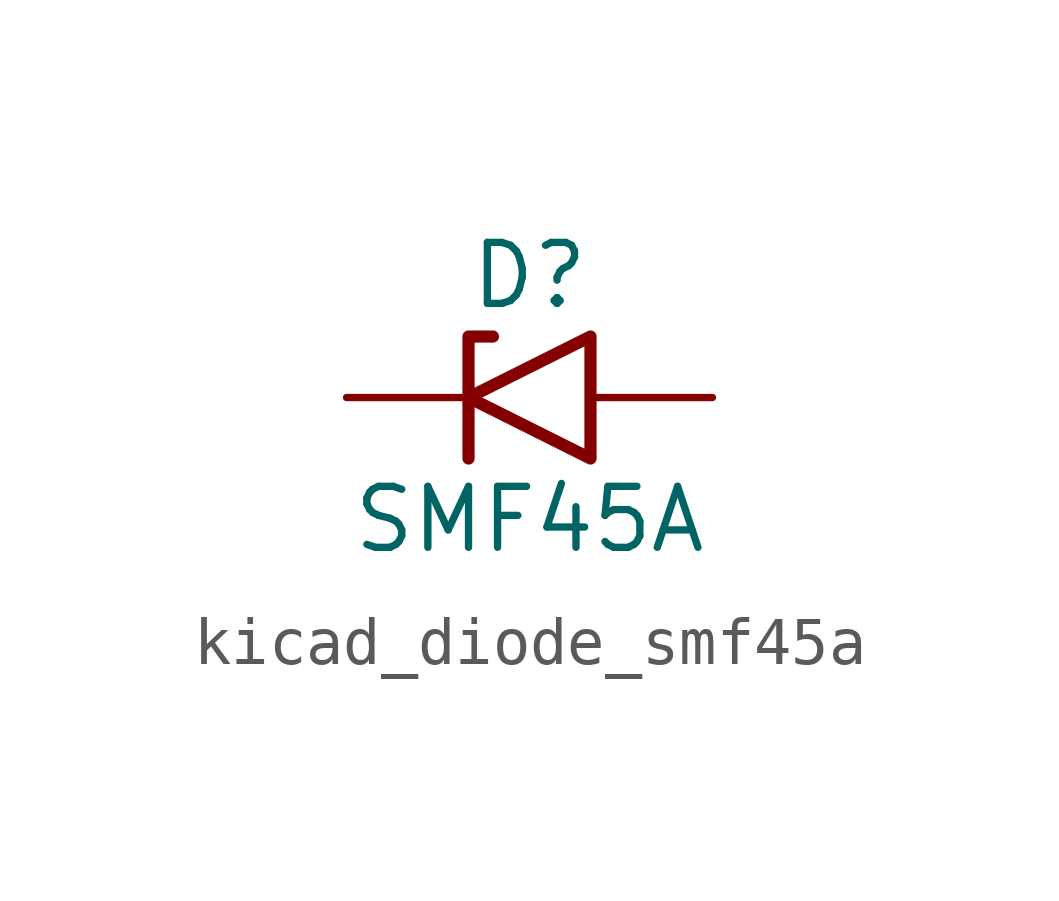
<source format=kicad_sym>
(kicad_symbol_lib
  (version 20220914)
  (generator kicad_symbol_editor)
  (symbol "kicad_diode_smf45a"
    (pin_numbers hide)
    (pin_names
      (offset 1.016) hide)
    (property "Reference" "D"
      (at 0 2.54 0)
      (effects (font (size 1.27 1.27))))
    (property "Value" "SMF45A"
      (at 0 -2.54 0)
      (effects (font (size 1.27 1.27))))
    (symbol "kicad_diode_smf45a_0_1"
      (polyline (pts (xy -0.762 1.27) (xy -1.27 1.27) (xy -1.27 -1.27)) (stroke (width 0.254) (type default)) (fill (type none)))
      (polyline (pts (xy 1.27 1.27) (xy 1.27 -1.27) (xy -1.27 0) (xy 1.27 1.27)) (stroke (width 0.254) (type default)) (fill (type none))))
    (symbol "kicad_diode_smf45a_1_1"
      (pin passive line (at -3.81 0 0) (length 2.54) (name "A1" (effects (font (size 1.27 1.27)))) (number "1" (effects (font (size 1.27 1.27)))))
      (pin passive line (at 3.81 0 180) (length 2.54) (name "A2" (effects (font (size 1.27 1.27)))) (number "2" (effects (font (size 1.27 1.27))))))))
</source>
